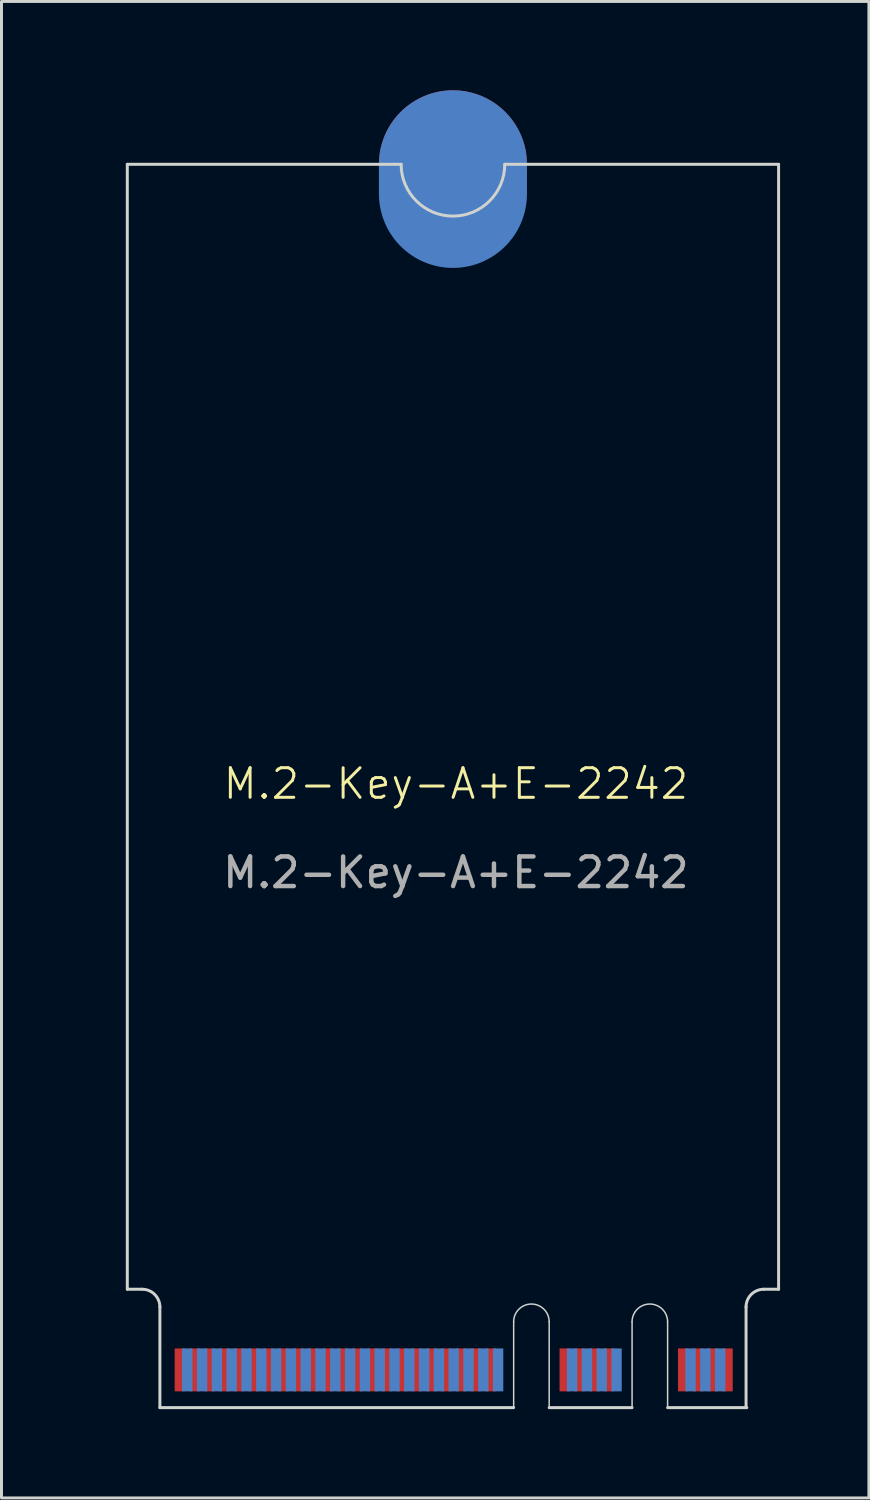
<source format=kicad_pcb>
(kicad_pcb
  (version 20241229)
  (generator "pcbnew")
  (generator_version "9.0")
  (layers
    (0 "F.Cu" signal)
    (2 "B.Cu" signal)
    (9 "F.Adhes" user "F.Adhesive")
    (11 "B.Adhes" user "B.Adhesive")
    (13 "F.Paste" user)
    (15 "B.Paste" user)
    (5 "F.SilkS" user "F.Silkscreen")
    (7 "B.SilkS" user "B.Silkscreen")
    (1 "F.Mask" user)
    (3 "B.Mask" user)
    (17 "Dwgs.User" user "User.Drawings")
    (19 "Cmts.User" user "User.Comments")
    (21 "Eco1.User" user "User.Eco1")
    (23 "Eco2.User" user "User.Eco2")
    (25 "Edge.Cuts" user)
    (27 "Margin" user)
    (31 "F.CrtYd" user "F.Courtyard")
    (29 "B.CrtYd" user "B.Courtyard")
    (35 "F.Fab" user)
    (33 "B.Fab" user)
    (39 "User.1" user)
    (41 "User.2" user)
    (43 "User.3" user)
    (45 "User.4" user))
  (footprint "M.2-Key-A+E-2242"
    (layer "F.Cu")
    (at 0.25 1.5)
    (property "Reference" "M.2-Key-A+E-2242" (at 12.1 21.925 0) (unlocked yes) (layer "F.SilkS") (effects (font (size 1 1) (thickness 0.1))))
    (attr smd)
    (fp_line (start 1 1) (end 1 39) (stroke (width 0.1) (type default)) (layer "Edge.Cuts"))
    (fp_line (start 1 1) (end 10.25 1) (stroke (width 0.1) (type default)) (layer "Edge.Cuts"))
    (fp_line (start 1.001 38.999) (end 1.501 38.999) (stroke (width 0.1) (type default)) (layer "Edge.Cuts"))
    (fp_line (start 2.101 39.599) (end 2.101 42.999) (stroke (width 0.1) (type default)) (layer "Edge.Cuts"))
    (fp_line (start 2.101 42.999) (end 14.051 42.999) (stroke (width 0.1) (type default)) (layer "Edge.Cuts"))
    (fp_line (start 14.051 42.999) (end 14.051 40.099) (stroke (width 0.05) (type default)) (layer "Edge.Cuts"))
    (fp_line (start 15.251 40.099) (end 15.251 42.999) (stroke (width 0.05) (type default)) (layer "Edge.Cuts"))
    (fp_line (start 15.251 42.999) (end 18.051 42.999) (stroke (width 0.1) (type default)) (layer "Edge.Cuts"))
    (fp_line (start 18.051 42.999) (end 18.051 40.099) (stroke (width 0.05) (type default)) (layer "Edge.Cuts"))
    (fp_line (start 19.251 40.099) (end 19.251 42.999) (stroke (width 0.05) (type default)) (layer "Edge.Cuts"))
    (fp_line (start 19.251 42.999) (end 21.926 42.999) (stroke (width 0.1) (type default)) (layer "Edge.Cuts"))
    (fp_line (start 21.901 39.599) (end 21.901 42.999) (stroke (width 0.1) (type default)) (layer "Edge.Cuts"))
    (fp_line (start 23 1) (end 13.75 1) (stroke (width 0.1) (type default)) (layer "Edge.Cuts"))
    (fp_line (start 23 1) (end 23 39) (stroke (width 0.1) (type default)) (layer "Edge.Cuts"))
    (fp_line (start 23.001 38.999) (end 22.501 38.999) (stroke (width 0.1) (type default)) (layer "Edge.Cuts"))
    (fp_arc (start 1.500736 38.999264) (mid 1.925 39.175) (end 2.100736 39.599264) (stroke (width 0.1) (type default)) (layer "Edge.Cuts"))
    (fp_arc (start 13.75 1) (mid 12 2.75) (end 10.25 1) (stroke (width 0.1) (type default)) (layer "Edge.Cuts"))
    (fp_arc (start 14.050736 40.099264) (mid 14.650736 39.499264) (end 15.250736 40.099264) (stroke (width 0.05) (type default)) (layer "Edge.Cuts"))
    (fp_arc (start 18.050736 40.099264) (mid 18.650736 39.499264) (end 19.250736 40.099264) (stroke (width 0.05) (type default)) (layer "Edge.Cuts"))
    (fp_arc (start 21.900736 39.599264) (mid 22.076472 39.175) (end 22.500736 38.999264) (stroke (width 0.1) (type default)) (layer "Edge.Cuts"))
    (fp_text user "${REFERENCE}" (at 12.1 24.925 0) (unlocked yes) (layer "F.Fab") (effects (font (size 1 1) (thickness 0.15))))
    (pad "1" connect rect (at 21.276 41.724) (size 0.35 1.45) (layers "F.Cu" "F.Mask"))
    (pad "2" connect rect (at 21.026 41.724) (size 0.35 1.45) (layers "B.Cu" "B.Mask"))
    (pad "3" connect rect (at 20.776 41.724) (size 0.35 1.45) (layers "F.Cu" "F.Mask"))
    (pad "4" connect rect (at 20.526 41.724) (size 0.35 1.45) (layers "B.Cu" "B.Mask"))
    (pad "5" connect rect (at 20.276 41.724) (size 0.35 1.45) (layers "F.Cu" "F.Mask"))
    (pad "6" connect rect (at 20.026 41.724) (size 0.35 1.45) (layers "B.Cu" "B.Mask"))
    (pad "7" connect rect (at 19.776 41.724) (size 0.35 1.45) (layers "F.Cu" "F.Mask"))
    (pad "16" connect rect (at 17.526 41.724) (size 0.35 1.45) (layers "B.Cu" "B.Mask"))
    (pad "17" connect rect (at 17.276 41.724) (size 0.35 1.45) (layers "F.Cu" "F.Mask"))
    (pad "18" connect rect (at 17.026 41.724) (size 0.35 1.45) (layers "B.Cu" "B.Mask"))
    (pad "19" connect rect (at 16.776 41.724) (size 0.35 1.45) (layers "F.Cu" "F.Mask"))
    (pad "20" connect rect (at 16.526 41.724) (size 0.35 1.45) (layers "B.Cu" "B.Mask"))
    (pad "21" connect rect (at 16.276 41.724) (size 0.35 1.45) (layers "F.Cu" "F.Mask"))
    (pad "22" connect rect (at 16.026 41.724) (size 0.35 1.45) (layers "B.Cu" "B.Mask"))
    (pad "23" connect rect (at 15.776 41.724) (size 0.35 1.45) (layers "F.Cu" "F.Mask"))
    (pad "32" connect rect (at 13.526 41.724) (size 0.35 1.45) (layers "B.Cu" "B.Mask"))
    (pad "33" connect rect (at 13.276 41.724) (size 0.35 1.45) (layers "F.Cu" "F.Mask"))
    (pad "34" connect rect (at 13.026 41.724) (size 0.35 1.45) (layers "B.Cu" "B.Mask"))
    (pad "35" connect rect (at 12.776 41.724) (size 0.35 1.45) (layers "F.Cu" "F.Mask"))
    (pad "36" connect rect (at 12.526 41.724) (size 0.35 1.45) (layers "B.Cu" "B.Mask"))
    (pad "37" connect rect (at 12.276 41.724) (size 0.35 1.45) (layers "F.Cu" "F.Mask"))
    (pad "38" connect rect (at 12.026 41.724) (size 0.35 1.45) (layers "B.Cu" "B.Mask"))
    (pad "39" connect rect (at 11.776 41.724) (size 0.35 1.45) (layers "F.Cu" "F.Mask"))
    (pad "40" connect rect (at 11.526 41.724) (size 0.35 1.45) (layers "B.Cu" "B.Mask"))
    (pad "41" connect rect (at 11.276 41.724) (size 0.35 1.45) (layers "F.Cu" "F.Mask"))
    (pad "42" connect rect (at 11.026 41.724) (size 0.35 1.45) (layers "B.Cu" "B.Mask"))
    (pad "43" connect rect (at 10.776 41.724) (size 0.35 1.45) (layers "F.Cu" "F.Mask"))
    (pad "44" connect rect (at 10.526 41.724) (size 0.35 1.45) (layers "B.Cu" "B.Mask"))
    (pad "45" connect rect (at 10.276 41.724) (size 0.35 1.45) (layers "F.Cu" "F.Mask"))
    (pad "46" connect rect (at 10.026 41.724) (size 0.35 1.45) (layers "B.Cu" "B.Mask"))
    (pad "47" connect rect (at 9.776 41.724) (size 0.35 1.45) (layers "F.Cu" "F.Mask"))
    (pad "48" connect rect (at 9.526 41.724) (size 0.35 1.45) (layers "B.Cu" "B.Mask"))
    (pad "49" connect rect (at 9.276 41.724) (size 0.35 1.45) (layers "F.Cu" "F.Mask"))
    (pad "50" connect rect (at 9.026 41.724) (size 0.35 1.45) (layers "B.Cu" "B.Mask"))
    (pad "51" connect rect (at 8.776 41.724) (size 0.35 1.45) (layers "F.Cu" "F.Mask"))
    (pad "52" connect rect (at 8.526 41.724) (size 0.35 1.45) (layers "B.Cu" "B.Mask"))
    (pad "53" connect rect (at 8.276 41.724) (size 0.35 1.45) (layers "F.Cu" "F.Mask"))
    (pad "54" connect rect (at 8.026 41.724) (size 0.35 1.45) (layers "B.Cu" "B.Mask"))
    (pad "55" connect rect (at 7.776 41.724) (size 0.35 1.45) (layers "F.Cu" "F.Mask"))
    (pad "56" connect rect (at 7.526 41.724) (size 0.35 1.45) (layers "B.Cu" "B.Mask"))
    (pad "57" connect rect (at 7.276 41.724) (size 0.35 1.45) (layers "F.Cu" "F.Mask"))
    (pad "58" connect rect (at 7.026 41.724) (size 0.35 1.45) (layers "B.Cu" "B.Mask"))
    (pad "59" connect rect (at 6.776 41.724) (size 0.35 1.45) (layers "F.Cu" "F.Mask"))
    (pad "60" connect rect (at 6.526 41.724) (size 0.35 1.45) (layers "B.Cu" "B.Mask"))
    (pad "61" connect rect (at 6.276 41.724) (size 0.35 1.45) (layers "F.Cu" "F.Mask"))
    (pad "62" connect rect (at 6.026 41.724) (size 0.35 1.45) (layers "B.Cu" "B.Mask"))
    (pad "63" connect rect (at 5.776 41.724) (size 0.35 1.45) (layers "F.Cu" "F.Mask"))
    (pad "64" connect rect (at 5.526 41.724) (size 0.35 1.45) (layers "B.Cu" "B.Mask"))
    (pad "65" connect rect (at 5.276 41.724) (size 0.35 1.45) (layers "F.Cu" "F.Mask"))
    (pad "66" connect rect (at 5.026 41.724) (size 0.35 1.45) (layers "B.Cu" "B.Mask"))
    (pad "67" connect rect (at 4.776 41.724) (size 0.35 1.45) (layers "F.Cu" "F.Mask"))
    (pad "68" connect rect (at 4.526 41.724) (size 0.35 1.45) (layers "B.Cu" "B.Mask"))
    (pad "69" connect rect (at 4.276 41.724) (size 0.35 1.45) (layers "F.Cu" "F.Mask"))
    (pad "70" connect rect (at 4.026 41.724) (size 0.35 1.45) (layers "B.Cu" "B.Mask"))
    (pad "71" connect rect (at 3.776 41.724) (size 0.35 1.45) (layers "F.Cu" "F.Mask"))
    (pad "72" connect rect (at 3.526 41.724) (size 0.35 1.45) (layers "B.Cu" "B.Mask"))
    (pad "73" connect rect (at 3.276 41.724) (size 0.35 1.45) (layers "F.Cu" "F.Mask"))
    (pad "74" connect rect (at 3.026 41.724) (size 0.35 1.45) (layers "B.Cu" "B.Mask"))
    (pad "75" connect rect (at 2.776 41.724) (size 0.35 1.45) (layers "F.Cu" "F.Mask"))
    (pad "76" connect circle (at 12 1) (size 5 5) (layers "F.Cu" "F.Mask"))
    (pad "76" connect oval (at 12 1.5) (size 5 6) (layers "B.Cu" "B.Mask"))
    (zone (net_name "") (layer "F.Cu") (name "TOP COMPONENT KEEPOUT") (hatch edge 0.5) (connect_pads) (min_thickness 0.25) (filled_areas_thickness no) (keepout (tracks allowed) (vias allowed) (pads allowed) (copperpour allowed) (footprints not_allowed)) (placement (enabled no)) (fill) (polygon (pts (xy 2.35 44.5) (xy 2.35 40.5) (xy 22.15 40.5) (xy 22.15 44.5))))
    (zone (net_name "") (layer "B.Cu") (name "BOTTOM COMPONENT KEEPOUT") (hatch edge 0.5) (connect_pads) (min_thickness 0.25) (filled_areas_thickness no) (keepout (tracks allowed) (vias allowed) (pads allowed) (copperpour allowed) (footprints not_allowed)) (placement (enabled no)) (fill) (polygon (pts (xy 2.35 44.5) (xy 22.15 44.5) (xy 22.15 40.5) (xy 23.25 40.5) (xy 23.25 39.3) (xy 1.25 39.3) (xy 1.25 40.5) (xy 2.35 40.5)))))
  (gr_rect
    (start -3 -3)
    (end 26.301 47.549)
    (stroke (width 0.1) (type default))
    (fill no)
    (layer "Edge.Cuts")))
</source>
